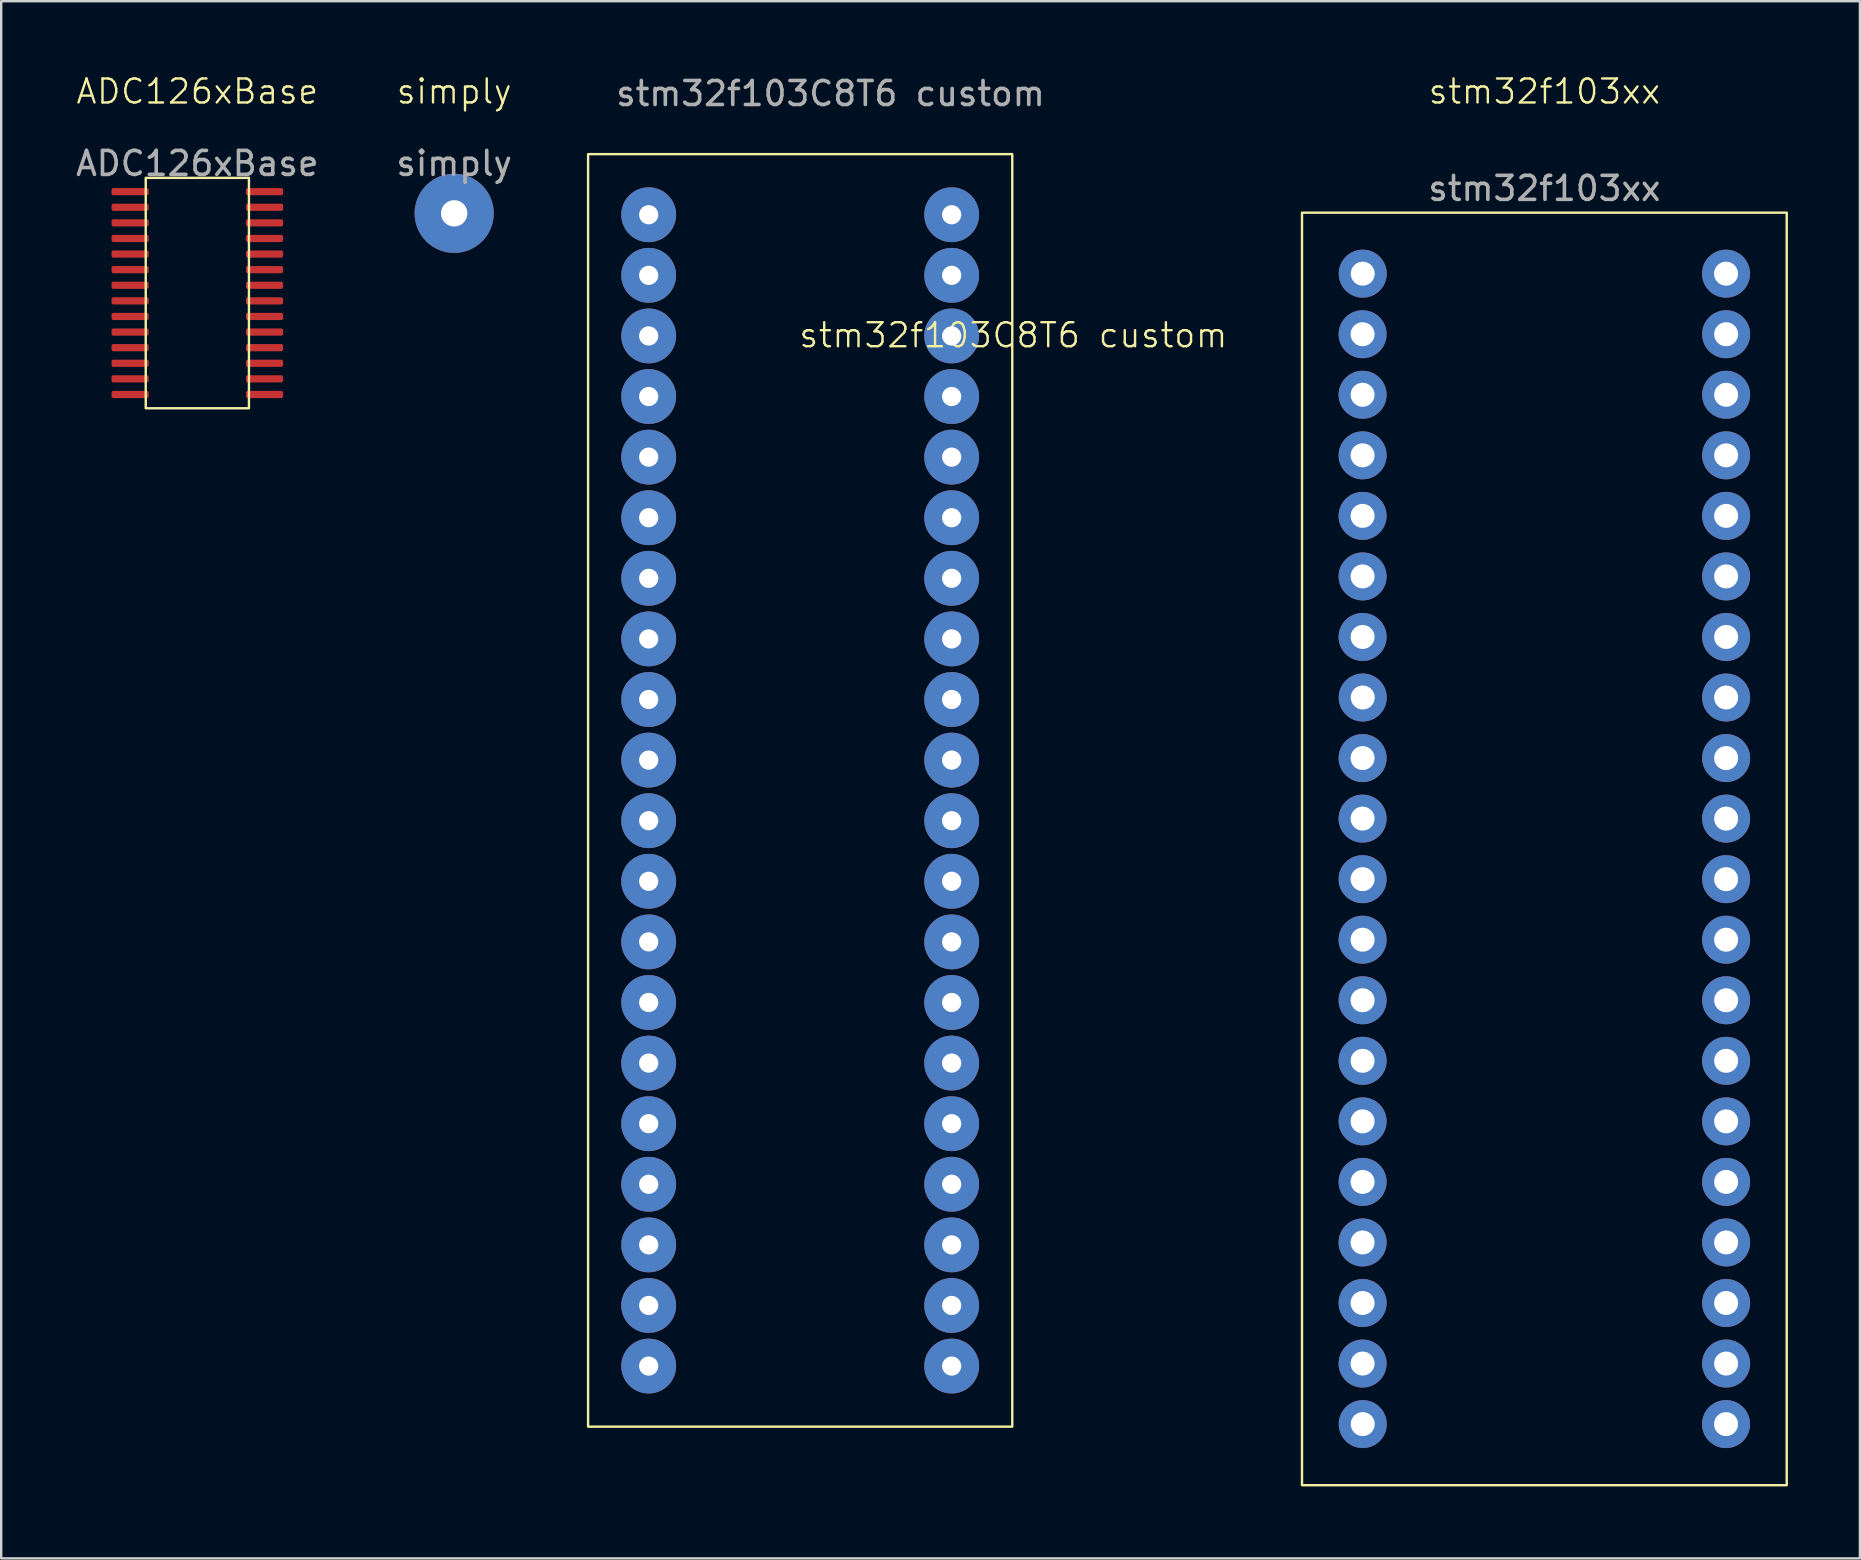
<source format=kicad_pcb>
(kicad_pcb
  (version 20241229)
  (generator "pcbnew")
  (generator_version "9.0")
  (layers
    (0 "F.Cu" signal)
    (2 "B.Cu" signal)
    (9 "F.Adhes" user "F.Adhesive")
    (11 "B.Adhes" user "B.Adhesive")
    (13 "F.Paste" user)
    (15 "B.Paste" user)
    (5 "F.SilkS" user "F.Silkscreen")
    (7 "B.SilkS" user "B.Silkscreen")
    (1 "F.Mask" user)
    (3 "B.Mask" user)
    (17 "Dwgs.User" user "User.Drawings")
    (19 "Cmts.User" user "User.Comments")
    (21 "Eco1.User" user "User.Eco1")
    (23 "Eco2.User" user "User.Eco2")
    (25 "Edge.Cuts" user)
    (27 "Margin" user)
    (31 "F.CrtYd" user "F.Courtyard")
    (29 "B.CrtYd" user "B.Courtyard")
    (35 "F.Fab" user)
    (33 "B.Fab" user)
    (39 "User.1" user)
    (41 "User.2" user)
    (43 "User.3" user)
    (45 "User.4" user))
  (footprint "stm32f103xx"
    (layer "F.Cu")
    (at 61.303 31.061)
    (property "Reference" "stm32f103xx" (at 0 -30.3 0) (unlocked yes) (layer "F.SilkS") (effects (font (size 1 1) (thickness 0.1))))
    (attr smd)
    (fp_rect (start -10.1 -25.25) (end 10.098 27.775) (stroke (width 0.1) (type default)) (fill no) (layer "F.SilkS"))
    (fp_text user "${REFERENCE}" (at 0 -26.26 0) (unlocked yes) (layer "F.Fab") (effects (font (size 1 1) (thickness 0.15))))
    (pad "1" thru_hole circle (at -7.569 -22.707) (size 2 2) (drill 1) (layers "*.Cu" "*.Mask"))
    (pad "2" thru_hole circle (at -7.575 -20.184) (size 2 2) (drill 1) (layers "*.Cu" "*.Mask"))
    (pad "3" thru_hole circle (at -7.575 -17.661) (size 2 2) (drill 1) (layers "*.Cu" "*.Mask"))
    (pad "4" thru_hole circle (at -7.575 -15.138) (size 2 2) (drill 1) (layers "*.Cu" "*.Mask"))
    (pad "5" thru_hole circle (at -7.575 -12.615) (size 2 2) (drill 1) (layers "*.Cu" "*.Mask"))
    (pad "6" thru_hole circle (at -7.575 -10.092) (size 2 2) (drill 1) (layers "*.Cu" "*.Mask"))
    (pad "7" thru_hole circle (at -7.575 -7.569) (size 2 2) (drill 1) (layers "*.Cu" "*.Mask"))
    (pad "8" thru_hole circle (at -7.569 -5.046) (size 2 2) (drill 1) (layers "*.Cu" "*.Mask"))
    (pad "9" thru_hole circle (at -7.575 -2.523) (size 2 2) (drill 1) (layers "*.Cu" "*.Mask"))
    (pad "10" thru_hole circle (at -7.575 0) (size 2 2) (drill 1) (layers "*.Cu" "*.Mask"))
    (pad "11" thru_hole circle (at -7.575 2.523) (size 2 2) (drill 1) (layers "*.Cu" "*.Mask"))
    (pad "12" thru_hole circle (at -7.575 5.046) (size 2 2) (drill 1) (layers "*.Cu" "*.Mask"))
    (pad "13" thru_hole circle (at -7.575 7.569) (size 2 2) (drill 1) (layers "*.Cu" "*.Mask"))
    (pad "14" thru_hole circle (at -7.575 10.092) (size 2 2) (drill 1) (layers "*.Cu" "*.Mask"))
    (pad "15" thru_hole circle (at -7.575 12.615) (size 2 2) (drill 1) (layers "*.Cu" "*.Mask"))
    (pad "16" thru_hole circle (at -7.575 15.138) (size 2 2) (drill 1) (layers "*.Cu" "*.Mask"))
    (pad "17" thru_hole circle (at -7.575 17.661) (size 2 2) (drill 1) (layers "*.Cu" "*.Mask"))
    (pad "18" thru_hole circle (at -7.575 20.184) (size 2 2) (drill 1) (layers "*.Cu" "*.Mask"))
    (pad "19" thru_hole circle (at -7.575 22.707) (size 2 2) (drill 1) (layers "*.Cu" "*.Mask"))
    (pad "20" thru_hole circle (at -7.569 25.23) (size 2 2) (drill 1) (layers "*.Cu" "*.Mask"))
    (pad "21" thru_hole circle (at 7.569 25.23) (size 2 2) (drill 1) (layers "*.Cu" "*.Mask"))
    (pad "22" thru_hole circle (at 7.573 22.707) (size 2 2) (drill 1) (layers "*.Cu" "*.Mask"))
    (pad "23" thru_hole circle (at 7.573 20.184) (size 2 2) (drill 1) (layers "*.Cu" "*.Mask"))
    (pad "24" thru_hole circle (at 7.573 17.661) (size 2 2) (drill 1) (layers "*.Cu" "*.Mask"))
    (pad "25" thru_hole circle (at 7.573 15.138) (size 2 2) (drill 1) (layers "*.Cu" "*.Mask"))
    (pad "26" thru_hole circle (at 7.573 12.615) (size 2 2) (drill 1) (layers "*.Cu" "*.Mask"))
    (pad "27" thru_hole circle (at 7.573 10.092) (size 2 2) (drill 1) (layers "*.Cu" "*.Mask"))
    (pad "28" thru_hole circle (at 7.573 7.569) (size 2 2) (drill 1) (layers "*.Cu" "*.Mask"))
    (pad "29" thru_hole circle (at 7.573 5.046) (size 2 2) (drill 1) (layers "*.Cu" "*.Mask"))
    (pad "30" thru_hole circle (at 7.573 2.523) (size 2 2) (drill 1) (layers "*.Cu" "*.Mask"))
    (pad "31" thru_hole circle (at 7.573 0) (size 2 2) (drill 1) (layers "*.Cu" "*.Mask"))
    (pad "32" thru_hole circle (at 7.573 -2.523) (size 2 2) (drill 1) (layers "*.Cu" "*.Mask"))
    (pad "33" thru_hole circle (at 7.573 -5.046) (size 2 2) (drill 1) (layers "*.Cu" "*.Mask"))
    (pad "34" thru_hole circle (at 7.573 -7.569) (size 2 2) (drill 1) (layers "*.Cu" "*.Mask"))
    (pad "35" thru_hole circle (at 7.573 -10.092) (size 2 2) (drill 1) (layers "*.Cu" "*.Mask"))
    (pad "36" thru_hole circle (at 7.573 -12.615) (size 2 2) (drill 1) (layers "*.Cu" "*.Mask"))
    (pad "37" thru_hole circle (at 7.573 -15.138) (size 2 2) (drill 1) (layers "*.Cu" "*.Mask"))
    (pad "38" thru_hole circle (at 7.573 -17.661) (size 2 2) (drill 1) (layers "*.Cu" "*.Mask"))
    (pad "39" thru_hole circle (at 7.573 -20.184) (size 2 2) (drill 1) (layers "*.Cu" "*.Mask"))
    (pad "40" thru_hole circle (at 7.569 -22.707) (size 2 2) (drill 1) (layers "*.Cu" "*.Mask")))
  (footprint "stm32f103C8T6 custom"
    (layer "F.Cu")
    (at 31.555 28.623)
    (property "Reference" "stm32f103C8T6 custom" (at 7.62 -17.705 0) (unlocked yes) (layer "F.SilkS") (effects (font (size 1 1) (thickness 0.1))))
    (attr smd)
    (fp_rect (start -10.1 -25.25) (end 7.575 27.775) (stroke (width 0.1) (type default)) (fill no) (layer "F.SilkS"))
    (fp_text user "${REFERENCE}" (at 0 -27.775 0) (unlocked yes) (layer "F.Fab") (effects (font (size 1 1) (thickness 0.15))))
    (pad "1" thru_hole circle (at -7.575 -22.725) (size 2.286 2.286) (drill 0.8) (layers "*.Cu" "*.Mask"))
    (pad "2" thru_hole circle (at -7.575 -20.2) (size 2.286 2.286) (drill 0.8) (layers "*.Cu" "*.Mask"))
    (pad "3" thru_hole circle (at -7.575 -17.675) (size 2.286 2.286) (drill 0.8) (layers "*.Cu" "*.Mask"))
    (pad "4" thru_hole circle (at -7.575 -15.15) (size 2.286 2.286) (drill 0.8) (layers "*.Cu" "*.Mask"))
    (pad "5" thru_hole circle (at -7.575 -12.625) (size 2.286 2.286) (drill 0.8) (layers "*.Cu" "*.Mask"))
    (pad "6" thru_hole circle (at -7.575 -10.1) (size 2.286 2.286) (drill 0.8) (layers "*.Cu" "*.Mask"))
    (pad "7" thru_hole circle (at -7.575 -7.575) (size 2.286 2.286) (drill 0.8) (layers "*.Cu" "*.Mask"))
    (pad "8" thru_hole circle (at -7.575 -5.05) (size 2.286 2.286) (drill 0.8) (layers "*.Cu" "*.Mask"))
    (pad "9" thru_hole circle (at -7.575 -2.525) (size 2.286 2.286) (drill 0.8) (layers "*.Cu" "*.Mask"))
    (pad "10" thru_hole circle (at -7.575 0) (size 2.286 2.286) (drill 0.8) (layers "*.Cu" "*.Mask"))
    (pad "11" thru_hole circle (at -7.575 2.525) (size 2.286 2.286) (drill 0.8) (layers "*.Cu" "*.Mask"))
    (pad "12" thru_hole circle (at -7.575 5.05) (size 2.286 2.286) (drill 0.8) (layers "*.Cu" "*.Mask"))
    (pad "13" thru_hole circle (at -7.575 7.575) (size 2.286 2.286) (drill 0.8) (layers "*.Cu" "*.Mask"))
    (pad "14" thru_hole circle (at -7.575 10.1) (size 2.286 2.286) (drill 0.8) (layers "*.Cu" "*.Mask"))
    (pad "15" thru_hole circle (at -7.575 12.625) (size 2.286 2.286) (drill 0.8) (layers "*.Cu" "*.Mask"))
    (pad "16" thru_hole circle (at -7.575 15.15) (size 2.286 2.286) (drill 0.8) (layers "*.Cu" "*.Mask"))
    (pad "17" thru_hole circle (at -7.575 17.675) (size 2.286 2.286) (drill 0.8) (layers "*.Cu" "*.Mask"))
    (pad "18" thru_hole circle (at -7.575 20.2) (size 2.286 2.286) (drill 0.8) (layers "*.Cu" "*.Mask"))
    (pad "19" thru_hole circle (at -7.575 22.725) (size 2.286 2.286) (drill 0.8) (layers "*.Cu" "*.Mask"))
    (pad "20" thru_hole circle (at -7.575 25.25) (size 2.286 2.286) (drill 0.8) (layers "*.Cu" "*.Mask"))
    (pad "21" thru_hole circle (at 5.05 25.25) (size 2.286 2.286) (drill 0.8) (layers "*.Cu" "*.Mask"))
    (pad "22" thru_hole circle (at 5.05 22.725) (size 2.286 2.286) (drill 0.8) (layers "*.Cu" "*.Mask"))
    (pad "23" thru_hole circle (at 5.05 20.2) (size 2.286 2.286) (drill 0.8) (layers "*.Cu" "*.Mask"))
    (pad "24" thru_hole circle (at 5.05 17.675) (size 2.286 2.286) (drill 0.8) (layers "*.Cu" "*.Mask"))
    (pad "25" thru_hole circle (at 5.05 15.15) (size 2.286 2.286) (drill 0.8) (layers "*.Cu" "*.Mask"))
    (pad "26" thru_hole circle (at 5.05 12.625) (size 2.286 2.286) (drill 0.8) (layers "*.Cu" "*.Mask"))
    (pad "27" thru_hole circle (at 5.05 10.1) (size 2.286 2.286) (drill 0.8) (layers "*.Cu" "*.Mask"))
    (pad "28" thru_hole circle (at 5.05 7.575) (size 2.286 2.286) (drill 0.8) (layers "*.Cu" "*.Mask"))
    (pad "29" thru_hole circle (at 5.05 5.05) (size 2.286 2.286) (drill 0.8) (layers "*.Cu" "*.Mask"))
    (pad "30" thru_hole circle (at 5.05 2.525) (size 2.286 2.286) (drill 0.8) (layers "*.Cu" "*.Mask"))
    (pad "31" thru_hole circle (at 5.05 0) (size 2.286 2.286) (drill 0.8) (layers "*.Cu" "*.Mask"))
    (pad "32" thru_hole circle (at 5.05 -2.525) (size 2.286 2.286) (drill 0.8) (layers "*.Cu" "*.Mask"))
    (pad "33" thru_hole circle (at 5.05 -5.05) (size 2.286 2.286) (drill 0.8) (layers "*.Cu" "*.Mask"))
    (pad "34" thru_hole circle (at 5.05 -7.575) (size 2.286 2.286) (drill 0.8) (layers "*.Cu" "*.Mask"))
    (pad "35" thru_hole circle (at 5.05 -10.1) (size 2.286 2.286) (drill 0.8) (layers "*.Cu" "*.Mask"))
    (pad "36" thru_hole circle (at 5.05 -12.625) (size 2.286 2.286) (drill 0.8) (layers "*.Cu" "*.Mask"))
    (pad "37" thru_hole circle (at 5.05 -15.15) (size 2.286 2.286) (drill 0.8) (layers "*.Cu" "*.Mask"))
    (pad "38" thru_hole circle (at 5.05 -17.675) (size 2.286 2.286) (drill 0.8) (layers "*.Cu" "*.Mask"))
    (pad "39" thru_hole circle (at 5.05 -20.2) (size 2.286 2.286) (drill 0.8) (layers "*.Cu" "*.Mask"))
    (pad "40" thru_hole circle (at 5.05 -22.725) (size 2.286 2.286) (drill 0.8) (layers "*.Cu" "*.Mask")))
  (footprint "simply"
    (layer "F.Cu")
    (at 15.875 5.84)
    (property "Reference" "simply" (at 0 -5.08 0) (unlocked yes) (layer "F.SilkS") (effects (font (size 1 1) (thickness 0.1))))
    (attr smd)
    (fp_text user "${REFERENCE}" (at 0 -2.08 0) (unlocked yes) (layer "F.Fab") (effects (font (size 1 1) (thickness 0.15))))
    (pad "1" thru_hole circle (at 0 0) (size 3.3 3.3) (drill 1.1) (layers "*.Cu" "*.Mask")))
  (footprint "ADC126xBase"
    (layer "F.Cu")
    (at 5.173 9.486)
    (property "Reference" "ADC126xBase" (at 0 -8.725 0) (unlocked yes) (layer "F.SilkS") (effects (font (size 1 1) (thickness 0.1))))
    (attr smd)
    (fp_rect (start -2.15 -5.125) (end 2.15 4.475) (stroke (width 0.1) (type solid)) (fill no) (layer "F.SilkS"))
    (fp_circle (center -1.351 -4.55) (end -1.05 -4.55) (stroke (width 0.1) (type solid)) (fill yes) (layer "B.Adhes"))
    (fp_text user "${REFERENCE}" (at 0 -5.725 0) (unlocked yes) (layer "F.Fab") (effects (font (size 1 1) (thickness 0.15))))
    (pad "1" smd roundrect (at -2.8 -4.55) (size 1.55 0.3) (layers "F.Cu" "F.Mask" "F.Paste") (roundrect_rratio 0.25))
    (pad "2" smd roundrect (at -2.8 -3.9) (size 1.55 0.3) (layers "F.Cu" "F.Mask" "F.Paste") (roundrect_rratio 0.25))
    (pad "3" smd roundrect (at -2.8 -3.25) (size 1.55 0.3) (layers "F.Cu" "F.Mask" "F.Paste") (roundrect_rratio 0.25))
    (pad "4" smd roundrect (at -2.8 -2.6) (size 1.55 0.3) (layers "F.Cu" "F.Mask" "F.Paste") (roundrect_rratio 0.25))
    (pad "5" smd roundrect (at -2.8 -1.95) (size 1.55 0.3) (layers "F.Cu" "F.Mask" "F.Paste") (roundrect_rratio 0.25))
    (pad "6" smd roundrect (at -2.8 -1.3) (size 1.55 0.3) (layers "F.Cu" "F.Mask" "F.Paste") (roundrect_rratio 0.25))
    (pad "7" smd roundrect (at -2.8 -0.65) (size 1.55 0.3) (layers "F.Cu" "F.Mask" "F.Paste") (roundrect_rratio 0.25))
    (pad "8" smd roundrect (at -2.8 0) (size 1.55 0.3) (layers "F.Cu" "F.Mask" "F.Paste") (roundrect_rratio 0.25))
    (pad "9" smd roundrect (at -2.8 0.65) (size 1.55 0.3) (layers "F.Cu" "F.Mask" "F.Paste") (roundrect_rratio 0.25))
    (pad "10" smd roundrect (at -2.8 1.3) (size 1.55 0.3) (layers "F.Cu" "F.Mask" "F.Paste") (roundrect_rratio 0.25))
    (pad "11" smd roundrect (at -2.8 1.95) (size 1.55 0.3) (layers "F.Cu" "F.Mask" "F.Paste") (roundrect_rratio 0.25))
    (pad "12" smd roundrect (at -2.8 2.6) (size 1.55 0.3) (layers "F.Cu" "F.Mask" "F.Paste") (roundrect_rratio 0.25))
    (pad "13" smd roundrect (at -2.8 3.25) (size 1.55 0.3) (layers "F.Cu" "F.Mask" "F.Paste") (roundrect_rratio 0.25))
    (pad "14" smd roundrect (at -2.8 3.9) (size 1.55 0.3) (layers "F.Cu" "F.Mask" "F.Paste") (roundrect_rratio 0.25))
    (pad "15" smd roundrect (at 2.8 3.9) (size 1.55 0.3) (layers "F.Cu" "F.Mask" "F.Paste") (roundrect_rratio 0.25))
    (pad "16" smd roundrect (at 2.8 3.25) (size 1.55 0.3) (layers "F.Cu" "F.Mask" "F.Paste") (roundrect_rratio 0.25))
    (pad "17" smd roundrect (at 2.8 2.6) (size 1.55 0.3) (layers "F.Cu" "F.Mask" "F.Paste") (roundrect_rratio 0.25))
    (pad "18" smd roundrect (at 2.8 1.95) (size 1.55 0.3) (layers "F.Cu" "F.Mask" "F.Paste") (roundrect_rratio 0.25))
    (pad "19" smd roundrect (at 2.8 1.3) (size 1.55 0.3) (layers "F.Cu" "F.Mask" "F.Paste") (roundrect_rratio 0.25))
    (pad "20" smd roundrect (at 2.8 0.65) (size 1.55 0.3) (layers "F.Cu" "F.Mask" "F.Paste") (roundrect_rratio 0.25))
    (pad "21" smd roundrect (at 2.8 0) (size 1.55 0.3) (layers "F.Cu" "F.Mask" "F.Paste") (roundrect_rratio 0.25))
    (pad "22" smd roundrect (at 2.8 -0.65) (size 1.55 0.3) (layers "F.Cu" "F.Mask" "F.Paste") (roundrect_rratio 0.25))
    (pad "23" smd roundrect (at 2.8 -1.3) (size 1.55 0.3) (layers "F.Cu" "F.Mask" "F.Paste") (roundrect_rratio 0.25))
    (pad "24" smd roundrect (at 2.8 -1.95) (size 1.55 0.3) (layers "F.Cu" "F.Mask" "F.Paste") (roundrect_rratio 0.25))
    (pad "25" smd roundrect (at 2.8 -2.6) (size 1.55 0.3) (layers "F.Cu" "F.Mask" "F.Paste") (roundrect_rratio 0.25))
    (pad "26" smd roundrect (at 2.8 -3.25) (size 1.55 0.3) (layers "F.Cu" "F.Mask" "F.Paste") (roundrect_rratio 0.25))
    (pad "27" smd roundrect (at 2.8 -3.9) (size 1.55 0.3) (layers "F.Cu" "F.Mask" "F.Paste") (roundrect_rratio 0.25))
    (pad "28" smd roundrect (at 2.8 -4.55) (size 1.55 0.3) (layers "F.Cu" "F.Mask" "F.Paste") (roundrect_rratio 0.25)))
  (gr_rect
    (start -3 -3)
    (end 74.451 61.886)
    (stroke (width 0.1) (type default))
    (fill no)
    (layer "Edge.Cuts")))
</source>
